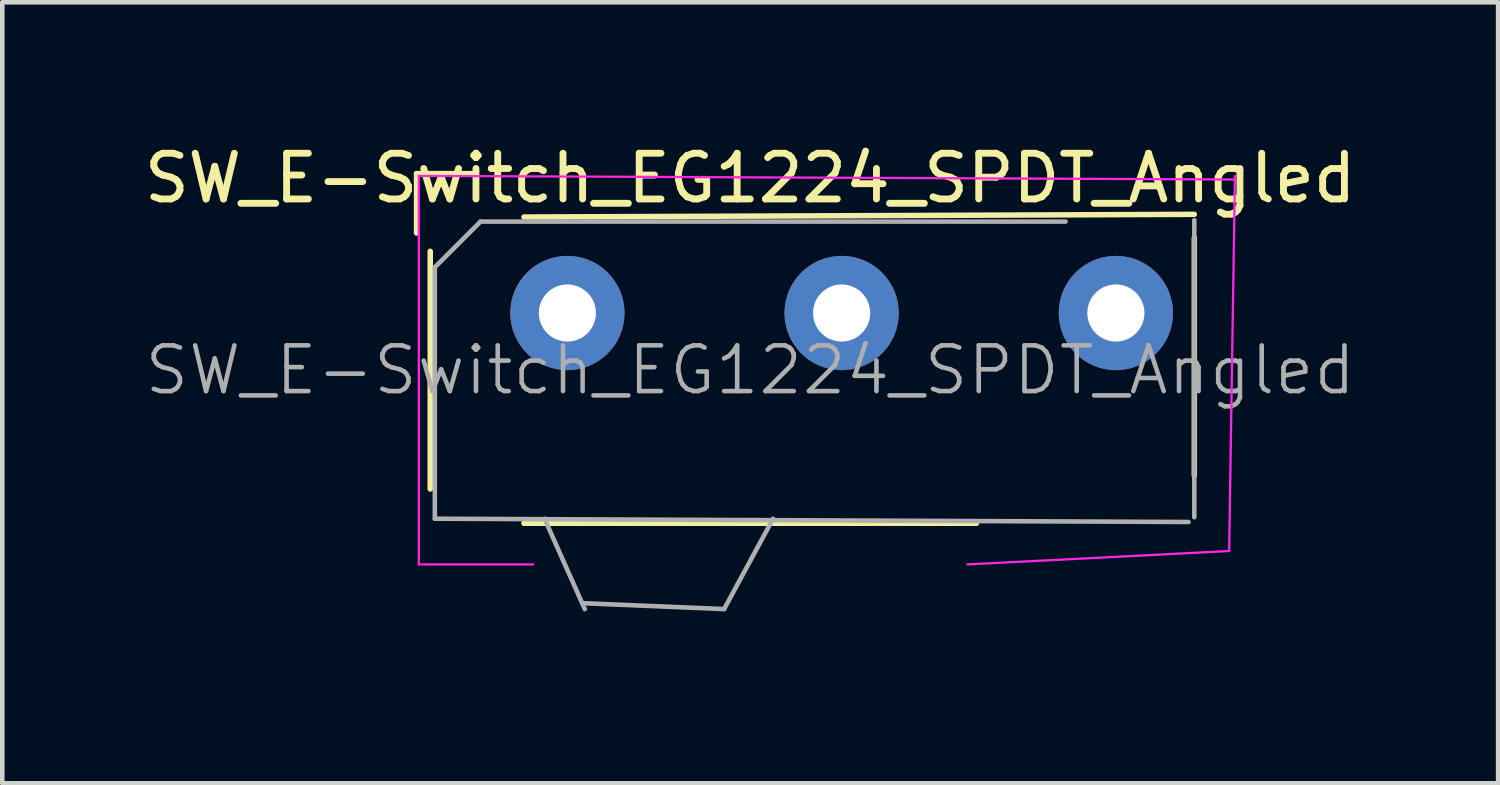
<source format=kicad_pcb>
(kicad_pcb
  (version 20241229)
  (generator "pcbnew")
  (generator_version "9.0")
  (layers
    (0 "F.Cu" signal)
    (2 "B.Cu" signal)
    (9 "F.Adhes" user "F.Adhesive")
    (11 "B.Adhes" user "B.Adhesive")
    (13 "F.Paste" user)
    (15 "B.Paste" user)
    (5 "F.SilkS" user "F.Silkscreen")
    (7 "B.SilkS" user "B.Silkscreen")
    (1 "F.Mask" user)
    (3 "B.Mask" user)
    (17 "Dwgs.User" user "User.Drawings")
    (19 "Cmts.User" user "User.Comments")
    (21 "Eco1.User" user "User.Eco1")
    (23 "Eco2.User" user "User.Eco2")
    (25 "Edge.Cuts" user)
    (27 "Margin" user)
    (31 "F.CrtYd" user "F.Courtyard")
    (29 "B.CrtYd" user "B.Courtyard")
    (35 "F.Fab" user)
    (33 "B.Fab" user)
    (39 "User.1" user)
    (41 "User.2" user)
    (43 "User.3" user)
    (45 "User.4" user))
  (footprint "SW_E-Switch_EG1224_SPDT_Angled"
    (layer "F.Cu")
    (at 9.363 3.798)
    (property "Reference" "SW_E-Switch_EG1224_SPDT_Angled" (at 4 -2.95 0) (layer "F.SilkS") (effects (font (size 1 1) (thickness 0.15))))
    (attr through_hole)
    (fp_line (start -3.3 -3.05) (end -2 -3.05) (stroke (width 0.12) (type solid)) (layer "F.SilkS"))
    (fp_line (start -3.3 -1.75) (end -3.3 -3.05) (stroke (width 0.12) (type solid)) (layer "F.SilkS"))
    (fp_line (start -3 3.85) (end -3 -1.35) (stroke (width 0.12) (type solid)) (layer "F.SilkS"))
    (fp_line (start -0.95 -2.1) (end 13.716 -2.159) (stroke (width 0.12) (type solid)) (layer "F.SilkS"))
    (fp_line (start 8.95 4.6) (end -0.95 4.6) (stroke (width 0.12) (type solid)) (layer "F.SilkS"))
    (fp_line (start 13.716 -1.644) (end 13.716 3.556) (stroke (width 0.12) (type solid)) (layer "F.SilkS"))
    (fp_line (start -0.889 5.588) (end 0.508 7.239) (stroke (width 0.1) (type default)) (layer "Margin"))
    (fp_line (start 0.508 7.239) (end 4.445 6.985) (stroke (width 0.1) (type default)) (layer "Margin"))
    (fp_line (start 4.445 6.985) (end 7.874 5.461) (stroke (width 0.1) (type default)) (layer "Margin"))
    (fp_line (start 7.874 5.461) (end 8.89 5.461) (stroke (width 0.1) (type default)) (layer "Margin"))
    (fp_line (start -3.25 -3) (end 14.605 -2.921) (stroke (width 0.05) (type solid)) (layer "F.CrtYd"))
    (fp_line (start -3.25 5.5) (end -3.25 -3) (stroke (width 0.05) (type solid)) (layer "F.CrtYd"))
    (fp_line (start -0.75 5.5) (end -3.25 5.5) (stroke (width 0.05) (type solid)) (layer "F.CrtYd"))
    (fp_line (start 14.478 5.207) (end 8.75 5.5) (stroke (width 0.05) (type solid)) (layer "F.CrtYd"))
    (fp_line (start 14.605 -3) (end 14.478 5.207) (stroke (width 0.05) (type solid)) (layer "F.CrtYd"))
    (fp_line (start -2.9 4.5) (end -2.9 -1) (stroke (width 0.1) (type solid)) (layer "F.Fab"))
    (fp_line (start -1.9 -2) (end -2.9 -1) (stroke (width 0.1) (type solid)) (layer "F.Fab"))
    (fp_line (start -1.9 -2) (end 10.9 -2) (stroke (width 0.1) (type solid)) (layer "F.Fab"))
    (fp_line (start 0.381 6.477) (end -0.5 4.5) (stroke (width 0.1) (type solid)) (layer "F.Fab"))
    (fp_line (start 3.429 6.477) (end 0.381 6.35) (stroke (width 0.1) (type solid)) (layer "F.Fab"))
    (fp_line (start 4.5 4.5) (end 3.429 6.477) (stroke (width 0.1) (type solid)) (layer "F.Fab"))
    (fp_line (start 13.589 4.572) (end -2.9 4.5) (stroke (width 0.1) (type solid)) (layer "F.Fab"))
    (fp_line (start 13.716 -2.032) (end 13.716 4.468) (stroke (width 0.1) (type solid)) (layer "F.Fab"))
    (fp_text user "${REFERENCE}" (at 4 1.25 0) (layer "F.Fab") (effects (font (size 1 1) (thickness 0.1))))
    (pad "1" thru_hole circle (at 0 0) (size 2.5 2.5) (drill 1.25) (layers "*.Cu" "*.Mask"))
    (pad "2" thru_hole circle (at 6 0) (size 2.5 2.5) (drill 1.25) (layers "*.Cu" "*.Mask"))
    (pad "3" thru_hole circle (at 12 0) (size 2.5 2.5) (drill 1.25) (layers "*.Cu" "*.Mask")))
  (gr_rect
    (start -3 -3)
    (end 29.726 14.087)
    (stroke (width 0.1) (type default))
    (fill no)
    (layer "Edge.Cuts")))
</source>
